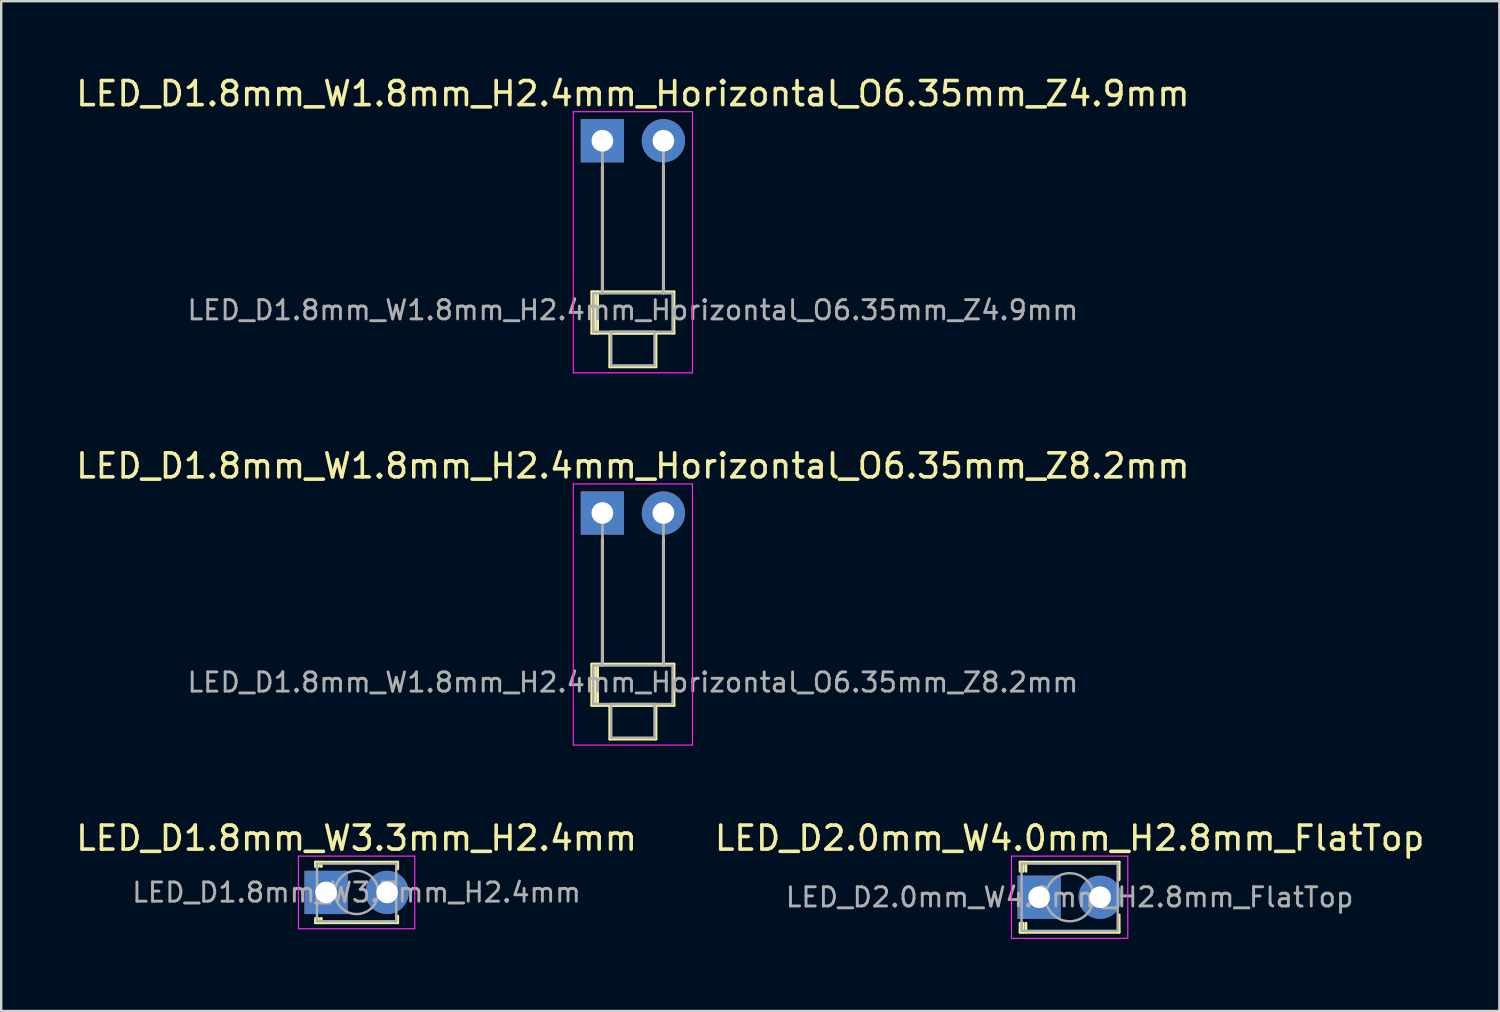
<source format=kicad_pcb>
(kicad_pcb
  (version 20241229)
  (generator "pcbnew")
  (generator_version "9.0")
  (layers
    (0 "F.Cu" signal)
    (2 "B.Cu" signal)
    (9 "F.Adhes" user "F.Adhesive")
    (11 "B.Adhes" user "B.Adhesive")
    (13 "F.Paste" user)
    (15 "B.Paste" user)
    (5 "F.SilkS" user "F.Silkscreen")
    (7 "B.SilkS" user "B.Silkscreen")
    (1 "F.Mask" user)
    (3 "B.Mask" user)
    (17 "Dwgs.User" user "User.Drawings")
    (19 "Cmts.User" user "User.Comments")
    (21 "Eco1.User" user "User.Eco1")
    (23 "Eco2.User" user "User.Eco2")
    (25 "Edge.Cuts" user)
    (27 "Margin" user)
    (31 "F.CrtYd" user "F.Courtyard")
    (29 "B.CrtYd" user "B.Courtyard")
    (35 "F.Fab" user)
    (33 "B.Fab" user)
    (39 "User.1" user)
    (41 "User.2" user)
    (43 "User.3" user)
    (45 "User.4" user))
  (footprint "LED_D1.8mm_W3.3mm_H2.4mm"
    (layer "F.Cu")
    (at 10.522 34.095)
    (property "Reference" "LED_D1.8mm_W3.3mm_H2.4mm" (at 1.27 -2.26 0) (layer "F.SilkS") (effects (font (size 1 1) (thickness 0.15))))
    (attr through_hole)
    (fp_line (start -0.44 -1.26) (end 2.98 -1.26) (stroke (width 0.12) (type solid)) (layer "F.SilkS"))
    (fp_line (start -0.44 -1.08) (end -0.44 -1.26) (stroke (width 0.12) (type solid)) (layer "F.SilkS"))
    (fp_line (start -0.44 1.26) (end -0.44 1.08) (stroke (width 0.12) (type solid)) (layer "F.SilkS"))
    (fp_line (start -0.32 -1.26) (end -0.32 -1.08) (stroke (width 0.12) (type solid)) (layer "F.SilkS"))
    (fp_line (start -0.32 1.08) (end -0.32 1.26) (stroke (width 0.12) (type solid)) (layer "F.SilkS"))
    (fp_line (start -0.2 -1.26) (end -0.2 -1.08) (stroke (width 0.12) (type solid)) (layer "F.SilkS"))
    (fp_line (start -0.2 1.08) (end -0.2 1.26) (stroke (width 0.12) (type solid)) (layer "F.SilkS"))
    (fp_line (start 2.98 -1.26) (end 2.98 -0.986) (stroke (width 0.12) (type solid)) (layer "F.SilkS"))
    (fp_line (start 2.98 0.986) (end 2.98 1.26) (stroke (width 0.12) (type solid)) (layer "F.SilkS"))
    (fp_line (start 2.98 1.26) (end -0.44 1.26) (stroke (width 0.12) (type solid)) (layer "F.SilkS"))
    (fp_line (start -1.15 -1.51) (end -1.15 1.51) (stroke (width 0.05) (type solid)) (layer "F.CrtYd"))
    (fp_line (start -1.15 1.51) (end 3.69 1.51) (stroke (width 0.05) (type solid)) (layer "F.CrtYd"))
    (fp_line (start 3.69 -1.51) (end -1.15 -1.51) (stroke (width 0.05) (type solid)) (layer "F.CrtYd"))
    (fp_line (start 3.69 1.51) (end 3.69 -1.51) (stroke (width 0.05) (type solid)) (layer "F.CrtYd"))
    (fp_line (start -0.38 -1.2) (end -0.38 1.2) (stroke (width 0.1) (type solid)) (layer "F.Fab"))
    (fp_line (start -0.38 1.2) (end 2.92 1.2) (stroke (width 0.1) (type solid)) (layer "F.Fab"))
    (fp_line (start 2.92 -1.2) (end -0.38 -1.2) (stroke (width 0.1) (type solid)) (layer "F.Fab"))
    (fp_line (start 2.92 1.2) (end 2.92 -1.2) (stroke (width 0.1) (type solid)) (layer "F.Fab"))
    (fp_circle (center 1.27 0) (end 2.17 0) (stroke (width 0.1) (type solid)) (fill no) (layer "F.Fab"))
    (fp_text user "${REFERENCE}" (at 1.27 0 0) (layer "F.Fab") (effects (font (size 0.8 0.8) (thickness 0.12))))
    (pad "1" thru_hole rect (at 0 0) (size 1.8 1.8) (drill 0.9) (layers "*.Cu" "*.Mask"))
    (pad "2" thru_hole circle (at 2.54 0) (size 1.8 1.8) (drill 0.9) (layers "*.Cu" "*.Mask")))
  (footprint "LED_D1.8mm_W1.8mm_H2.4mm_Horizontal_O6.35mm_Z4.9mm"
    (layer "F.Cu")
    (at 22.022 2.808)
    (property "Reference" "LED_D1.8mm_W1.8mm_H2.4mm_Horizontal_O6.35mm_Z4.9mm" (at 1.27 -1.96 0) (layer "F.SilkS") (effects (font (size 1 1) (thickness 0.15))))
    (attr through_hole)
    (fp_line (start -0.44 6.29) (end -0.44 8.01) (stroke (width 0.12) (type solid)) (layer "F.SilkS"))
    (fp_line (start -0.44 8.01) (end 2.98 8.01) (stroke (width 0.12) (type solid)) (layer "F.SilkS"))
    (fp_line (start -0.32 6.29) (end -0.32 8.01) (stroke (width 0.12) (type solid)) (layer "F.SilkS"))
    (fp_line (start -0.2 6.29) (end -0.2 8.01) (stroke (width 0.12) (type solid)) (layer "F.SilkS"))
    (fp_line (start 0 1.08) (end 0 6.29) (stroke (width 0.12) (type solid)) (layer "F.SilkS"))
    (fp_line (start 0 6.29) (end 0 1.08) (stroke (width 0.12) (type solid)) (layer "F.SilkS"))
    (fp_line (start 0.31 8.01) (end 0.31 9.41) (stroke (width 0.12) (type solid)) (layer "F.SilkS"))
    (fp_line (start 0.31 9.41) (end 2.23 9.41) (stroke (width 0.12) (type solid)) (layer "F.SilkS"))
    (fp_line (start 2.23 8.01) (end 0.31 8.01) (stroke (width 0.12) (type solid)) (layer "F.SilkS"))
    (fp_line (start 2.23 9.41) (end 2.23 8.01) (stroke (width 0.12) (type solid)) (layer "F.SilkS"))
    (fp_line (start 2.54 1.08) (end 2.54 6.29) (stroke (width 0.12) (type solid)) (layer "F.SilkS"))
    (fp_line (start 2.54 6.29) (end 2.54 1.08) (stroke (width 0.12) (type solid)) (layer "F.SilkS"))
    (fp_line (start 2.98 6.29) (end -0.44 6.29) (stroke (width 0.12) (type solid)) (layer "F.SilkS"))
    (fp_line (start 2.98 8.01) (end 2.98 6.29) (stroke (width 0.12) (type solid)) (layer "F.SilkS"))
    (fp_line (start -1.21 -1.21) (end -1.21 9.66) (stroke (width 0.05) (type solid)) (layer "F.CrtYd"))
    (fp_line (start -1.21 9.66) (end 3.75 9.66) (stroke (width 0.05) (type solid)) (layer "F.CrtYd"))
    (fp_line (start 3.75 -1.21) (end -1.21 -1.21) (stroke (width 0.05) (type solid)) (layer "F.CrtYd"))
    (fp_line (start 3.75 9.66) (end 3.75 -1.21) (stroke (width 0.05) (type solid)) (layer "F.CrtYd"))
    (fp_line (start -0.38 6.35) (end -0.38 7.95) (stroke (width 0.1) (type solid)) (layer "F.Fab"))
    (fp_line (start -0.38 7.95) (end 2.92 7.95) (stroke (width 0.1) (type solid)) (layer "F.Fab"))
    (fp_line (start 0 0) (end 0 6.35) (stroke (width 0.1) (type solid)) (layer "F.Fab"))
    (fp_line (start 0 6.35) (end 0 0) (stroke (width 0.1) (type solid)) (layer "F.Fab"))
    (fp_line (start 0.37 7.95) (end 0.37 9.35) (stroke (width 0.1) (type solid)) (layer "F.Fab"))
    (fp_line (start 0.37 9.35) (end 2.17 9.35) (stroke (width 0.1) (type solid)) (layer "F.Fab"))
    (fp_line (start 2.17 7.95) (end 0.37 7.95) (stroke (width 0.1) (type solid)) (layer "F.Fab"))
    (fp_line (start 2.17 9.35) (end 2.17 7.95) (stroke (width 0.1) (type solid)) (layer "F.Fab"))
    (fp_line (start 2.54 0) (end 2.54 6.35) (stroke (width 0.1) (type solid)) (layer "F.Fab"))
    (fp_line (start 2.54 6.35) (end 2.54 0) (stroke (width 0.1) (type solid)) (layer "F.Fab"))
    (fp_line (start 2.92 6.35) (end -0.38 6.35) (stroke (width 0.1) (type solid)) (layer "F.Fab"))
    (fp_line (start 2.92 7.95) (end 2.92 6.35) (stroke (width 0.1) (type solid)) (layer "F.Fab"))
    (fp_text user "${REFERENCE}" (at 1.27 7.05 0) (layer "F.Fab") (effects (font (size 0.8 0.8) (thickness 0.12))))
    (pad "1" thru_hole rect (at 0 0) (size 1.8 1.8) (drill 0.9) (layers "*.Cu" "*.Mask"))
    (pad "2" thru_hole circle (at 2.54 0) (size 1.8 1.8) (drill 0.9) (layers "*.Cu" "*.Mask")))
  (footprint "LED_D1.8mm_W1.8mm_H2.4mm_Horizontal_O6.35mm_Z8.2mm"
    (layer "F.Cu")
    (at 22.022 18.302)
    (property "Reference" "LED_D1.8mm_W1.8mm_H2.4mm_Horizontal_O6.35mm_Z8.2mm" (at 1.27 -1.96 0) (layer "F.SilkS") (effects (font (size 1 1) (thickness 0.15))))
    (attr through_hole)
    (fp_line (start -0.44 6.29) (end -0.44 8.01) (stroke (width 0.12) (type solid)) (layer "F.SilkS"))
    (fp_line (start -0.44 8.01) (end 2.98 8.01) (stroke (width 0.12) (type solid)) (layer "F.SilkS"))
    (fp_line (start -0.32 6.29) (end -0.32 8.01) (stroke (width 0.12) (type solid)) (layer "F.SilkS"))
    (fp_line (start -0.2 6.29) (end -0.2 8.01) (stroke (width 0.12) (type solid)) (layer "F.SilkS"))
    (fp_line (start 0 1.08) (end 0 6.29) (stroke (width 0.12) (type solid)) (layer "F.SilkS"))
    (fp_line (start 0 6.29) (end 0 1.08) (stroke (width 0.12) (type solid)) (layer "F.SilkS"))
    (fp_line (start 0.31 8.01) (end 0.31 9.41) (stroke (width 0.12) (type solid)) (layer "F.SilkS"))
    (fp_line (start 0.31 9.41) (end 2.23 9.41) (stroke (width 0.12) (type solid)) (layer "F.SilkS"))
    (fp_line (start 2.23 8.01) (end 0.31 8.01) (stroke (width 0.12) (type solid)) (layer "F.SilkS"))
    (fp_line (start 2.23 9.41) (end 2.23 8.01) (stroke (width 0.12) (type solid)) (layer "F.SilkS"))
    (fp_line (start 2.54 1.08) (end 2.54 6.29) (stroke (width 0.12) (type solid)) (layer "F.SilkS"))
    (fp_line (start 2.54 6.29) (end 2.54 1.08) (stroke (width 0.12) (type solid)) (layer "F.SilkS"))
    (fp_line (start 2.98 6.29) (end -0.44 6.29) (stroke (width 0.12) (type solid)) (layer "F.SilkS"))
    (fp_line (start 2.98 8.01) (end 2.98 6.29) (stroke (width 0.12) (type solid)) (layer "F.SilkS"))
    (fp_line (start -1.21 -1.21) (end -1.21 9.66) (stroke (width 0.05) (type solid)) (layer "F.CrtYd"))
    (fp_line (start -1.21 9.66) (end 3.75 9.66) (stroke (width 0.05) (type solid)) (layer "F.CrtYd"))
    (fp_line (start 3.75 -1.21) (end -1.21 -1.21) (stroke (width 0.05) (type solid)) (layer "F.CrtYd"))
    (fp_line (start 3.75 9.66) (end 3.75 -1.21) (stroke (width 0.05) (type solid)) (layer "F.CrtYd"))
    (fp_line (start -0.38 6.35) (end -0.38 7.95) (stroke (width 0.1) (type solid)) (layer "F.Fab"))
    (fp_line (start -0.38 7.95) (end 2.92 7.95) (stroke (width 0.1) (type solid)) (layer "F.Fab"))
    (fp_line (start 0 0) (end 0 6.35) (stroke (width 0.1) (type solid)) (layer "F.Fab"))
    (fp_line (start 0 6.35) (end 0 0) (stroke (width 0.1) (type solid)) (layer "F.Fab"))
    (fp_line (start 0.37 7.95) (end 0.37 9.35) (stroke (width 0.1) (type solid)) (layer "F.Fab"))
    (fp_line (start 0.37 9.35) (end 2.17 9.35) (stroke (width 0.1) (type solid)) (layer "F.Fab"))
    (fp_line (start 2.17 7.95) (end 0.37 7.95) (stroke (width 0.1) (type solid)) (layer "F.Fab"))
    (fp_line (start 2.17 9.35) (end 2.17 7.95) (stroke (width 0.1) (type solid)) (layer "F.Fab"))
    (fp_line (start 2.54 0) (end 2.54 6.35) (stroke (width 0.1) (type solid)) (layer "F.Fab"))
    (fp_line (start 2.54 6.35) (end 2.54 0) (stroke (width 0.1) (type solid)) (layer "F.Fab"))
    (fp_line (start 2.92 6.35) (end -0.38 6.35) (stroke (width 0.1) (type solid)) (layer "F.Fab"))
    (fp_line (start 2.92 7.95) (end 2.92 6.35) (stroke (width 0.1) (type solid)) (layer "F.Fab"))
    (fp_text user "${REFERENCE}" (at 1.27 7.05 0) (layer "F.Fab") (effects (font (size 0.8 0.8) (thickness 0.12))))
    (pad "1" thru_hole rect (at 0 0) (size 1.8 1.8) (drill 0.9) (layers "*.Cu" "*.Mask"))
    (pad "2" thru_hole circle (at 2.54 0) (size 1.8 1.8) (drill 0.9) (layers "*.Cu" "*.Mask")))
  (footprint "LED_D2.0mm_W4.0mm_H2.8mm_FlatTop"
    (layer "F.Cu")
    (at 40.2 34.295)
    (property "Reference" "LED_D2.0mm_W4.0mm_H2.8mm_FlatTop" (at 1.27 -2.46 0) (layer "F.SilkS") (effects (font (size 1 1) (thickness 0.15))))
    (attr through_hole)
    (fp_line (start -0.79 -1.46) (end 3.33 -1.46) (stroke (width 0.12) (type solid)) (layer "F.SilkS"))
    (fp_line (start -0.79 -1.08) (end -0.79 -1.46) (stroke (width 0.12) (type solid)) (layer "F.SilkS"))
    (fp_line (start -0.79 1.46) (end -0.79 1.08) (stroke (width 0.12) (type solid)) (layer "F.SilkS"))
    (fp_line (start -0.67 -1.46) (end -0.67 -1.08) (stroke (width 0.12) (type solid)) (layer "F.SilkS"))
    (fp_line (start -0.67 1.08) (end -0.67 1.46) (stroke (width 0.12) (type solid)) (layer "F.SilkS"))
    (fp_line (start -0.55 -1.46) (end -0.55 -1.08) (stroke (width 0.12) (type solid)) (layer "F.SilkS"))
    (fp_line (start -0.55 1.08) (end -0.55 1.46) (stroke (width 0.12) (type solid)) (layer "F.SilkS"))
    (fp_line (start 3.33 -1.46) (end 3.33 -0.736) (stroke (width 0.12) (type solid)) (layer "F.SilkS"))
    (fp_line (start 3.33 0.736) (end 3.33 1.46) (stroke (width 0.12) (type solid)) (layer "F.SilkS"))
    (fp_line (start 3.33 1.46) (end -0.79 1.46) (stroke (width 0.12) (type solid)) (layer "F.SilkS"))
    (fp_line (start -1.15 -1.71) (end -1.15 1.71) (stroke (width 0.05) (type solid)) (layer "F.CrtYd"))
    (fp_line (start -1.15 1.71) (end 3.69 1.71) (stroke (width 0.05) (type solid)) (layer "F.CrtYd"))
    (fp_line (start 3.69 -1.71) (end -1.15 -1.71) (stroke (width 0.05) (type solid)) (layer "F.CrtYd"))
    (fp_line (start 3.69 1.71) (end 3.69 -1.71) (stroke (width 0.05) (type solid)) (layer "F.CrtYd"))
    (fp_line (start -0.73 -1.4) (end -0.73 1.4) (stroke (width 0.1) (type solid)) (layer "F.Fab"))
    (fp_line (start -0.73 1.4) (end 3.27 1.4) (stroke (width 0.1) (type solid)) (layer "F.Fab"))
    (fp_line (start 3.27 -1.4) (end -0.73 -1.4) (stroke (width 0.1) (type solid)) (layer "F.Fab"))
    (fp_line (start 3.27 1.4) (end 3.27 -1.4) (stroke (width 0.1) (type solid)) (layer "F.Fab"))
    (fp_circle (center 1.27 0) (end 2.27 0) (stroke (width 0.1) (type solid)) (fill no) (layer "F.Fab"))
    (fp_text user "${REFERENCE}" (at 1.27 0 0) (layer "F.Fab") (effects (font (size 0.8 0.8) (thickness 0.12))))
    (pad "1" thru_hole rect (at 0 0) (size 1.8 1.8) (drill 0.9) (layers "*.Cu" "*.Mask"))
    (pad "2" thru_hole circle (at 2.54 0) (size 1.8 1.8) (drill 0.9) (layers "*.Cu" "*.Mask")))
  (gr_rect
    (start -3 -3)
    (end 59.357 39.03)
    (stroke (width 0.1) (type default))
    (fill no)
    (layer "Edge.Cuts")))
</source>
